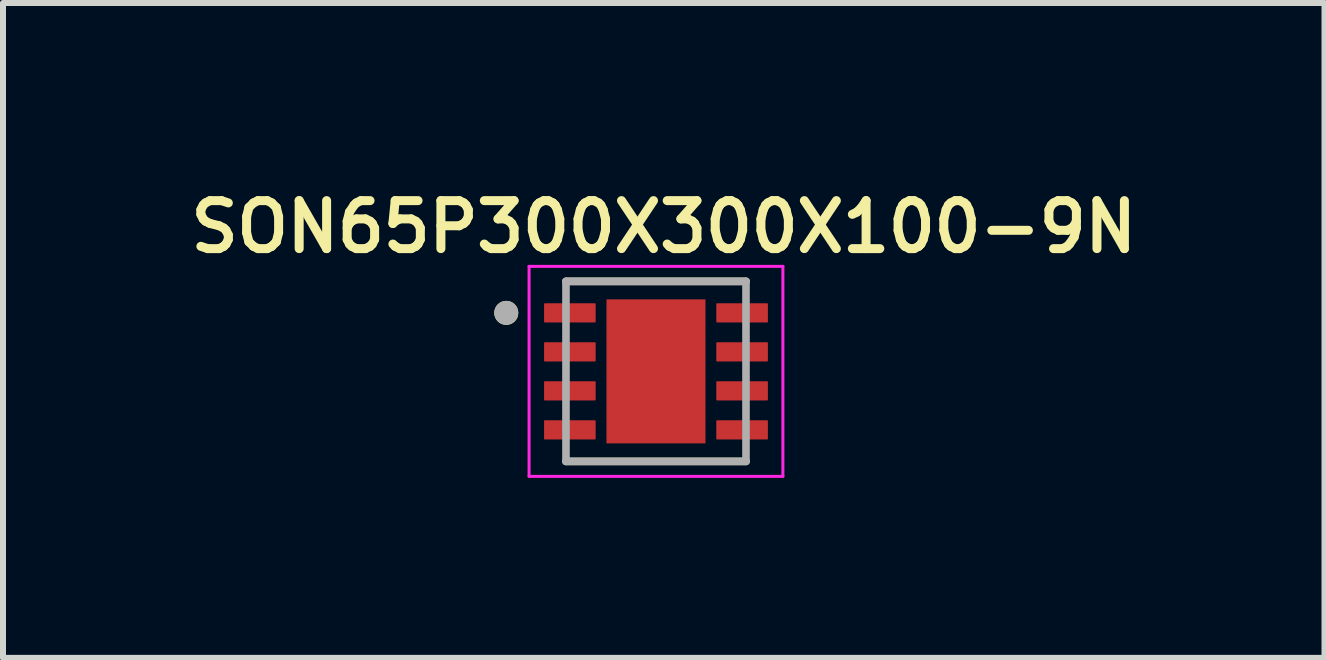
<source format=kicad_pcb>
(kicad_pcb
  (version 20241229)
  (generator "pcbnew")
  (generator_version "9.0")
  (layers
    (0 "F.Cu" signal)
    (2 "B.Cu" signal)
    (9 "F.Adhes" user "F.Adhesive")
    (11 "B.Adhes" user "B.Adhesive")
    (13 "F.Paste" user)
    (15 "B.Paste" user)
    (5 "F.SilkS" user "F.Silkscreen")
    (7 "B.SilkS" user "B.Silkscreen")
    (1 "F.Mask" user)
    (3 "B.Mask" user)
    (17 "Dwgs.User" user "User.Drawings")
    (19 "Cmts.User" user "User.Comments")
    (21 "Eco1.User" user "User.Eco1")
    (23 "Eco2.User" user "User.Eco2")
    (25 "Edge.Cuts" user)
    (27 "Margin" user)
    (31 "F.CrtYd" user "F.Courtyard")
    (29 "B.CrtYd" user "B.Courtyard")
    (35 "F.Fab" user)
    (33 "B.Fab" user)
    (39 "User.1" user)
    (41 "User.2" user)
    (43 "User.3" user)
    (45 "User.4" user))
  (footprint "SON65P300X300X100-9N"
    (layer "F.Cu")
    (at 7.882 3.139)
    (property "Reference" "SON65P300X300X100-9N" (at 0.13 -2.408 0) (layer "F.SilkS") (effects (font (size 0.8 0.8) (thickness 0.15))))
    (attr through_hole)
    (fp_line (start -1.5 -1.5) (end 1.5 -1.5) (stroke (width 0.127) (type solid)) (layer "F.SilkS"))
    (fp_line (start -1.5 1.5) (end 1.5 1.5) (stroke (width 0.127) (type solid)) (layer "F.SilkS"))
    (fp_circle (center -2.495 -0.975) (end -2.395 -0.975) (stroke (width 0.2) (type solid)) (fill no) (layer "F.SilkS"))
    (fp_poly (pts (xy -0.52 -0.76) (xy 0.52 -0.76) (xy 0.52 0.76) (xy -0.52 0.76)) (stroke (width 0.01) (type solid)) (fill yes) (layer "F.Paste"))
    (fp_line (start -2.115 -1.75) (end -2.115 1.75) (stroke (width 0.05) (type solid)) (layer "F.CrtYd"))
    (fp_line (start -2.115 -1.75) (end 2.115 -1.75) (stroke (width 0.05) (type solid)) (layer "F.CrtYd"))
    (fp_line (start -2.115 1.75) (end 2.115 1.75) (stroke (width 0.05) (type solid)) (layer "F.CrtYd"))
    (fp_line (start 2.115 -1.75) (end 2.115 1.75) (stroke (width 0.05) (type solid)) (layer "F.CrtYd"))
    (fp_line (start -1.5 -1.5) (end -1.5 1.5) (stroke (width 0.127) (type solid)) (layer "F.Fab"))
    (fp_line (start -1.5 -1.5) (end 1.5 -1.5) (stroke (width 0.127) (type solid)) (layer "F.Fab"))
    (fp_line (start -1.5 1.5) (end 1.5 1.5) (stroke (width 0.127) (type solid)) (layer "F.Fab"))
    (fp_line (start 1.5 -1.5) (end 1.5 1.5) (stroke (width 0.127) (type solid)) (layer "F.Fab"))
    (fp_circle (center -2.495 -0.975) (end -2.395 -0.975) (stroke (width 0.2) (type solid)) (fill no) (layer "F.Fab"))
    (pad "1" smd roundrect (at -1.435 -0.975) (size 0.86 0.32) (layers "F.Cu" "F.Mask" "F.Paste") (roundrect_rratio 0.04))
    (pad "2" smd roundrect (at -1.435 -0.325) (size 0.86 0.32) (layers "F.Cu" "F.Mask" "F.Paste") (roundrect_rratio 0.04))
    (pad "3" smd roundrect (at -1.435 0.325) (size 0.86 0.32) (layers "F.Cu" "F.Mask" "F.Paste") (roundrect_rratio 0.04))
    (pad "4" smd roundrect (at -1.435 0.975) (size 0.86 0.32) (layers "F.Cu" "F.Mask" "F.Paste") (roundrect_rratio 0.04))
    (pad "5" smd roundrect (at 1.435 0.975) (size 0.86 0.32) (layers "F.Cu" "F.Mask" "F.Paste") (roundrect_rratio 0.04))
    (pad "6" smd roundrect (at 1.435 0.325) (size 0.86 0.32) (layers "F.Cu" "F.Mask" "F.Paste") (roundrect_rratio 0.04))
    (pad "7" smd roundrect (at 1.435 -0.325) (size 0.86 0.32) (layers "F.Cu" "F.Mask" "F.Paste") (roundrect_rratio 0.04))
    (pad "8" smd roundrect (at 1.435 -0.975) (size 0.86 0.32) (layers "F.Cu" "F.Mask" "F.Paste") (roundrect_rratio 0.04))
    (pad "9" smd rect (at 0 0) (size 1.65 2.4) (layers "F.Cu" "F.Mask")))
  (gr_rect
    (start -3 -3)
    (end 19.023 7.914)
    (stroke (width 0.1) (type default))
    (fill no)
    (layer "Edge.Cuts")))
</source>
